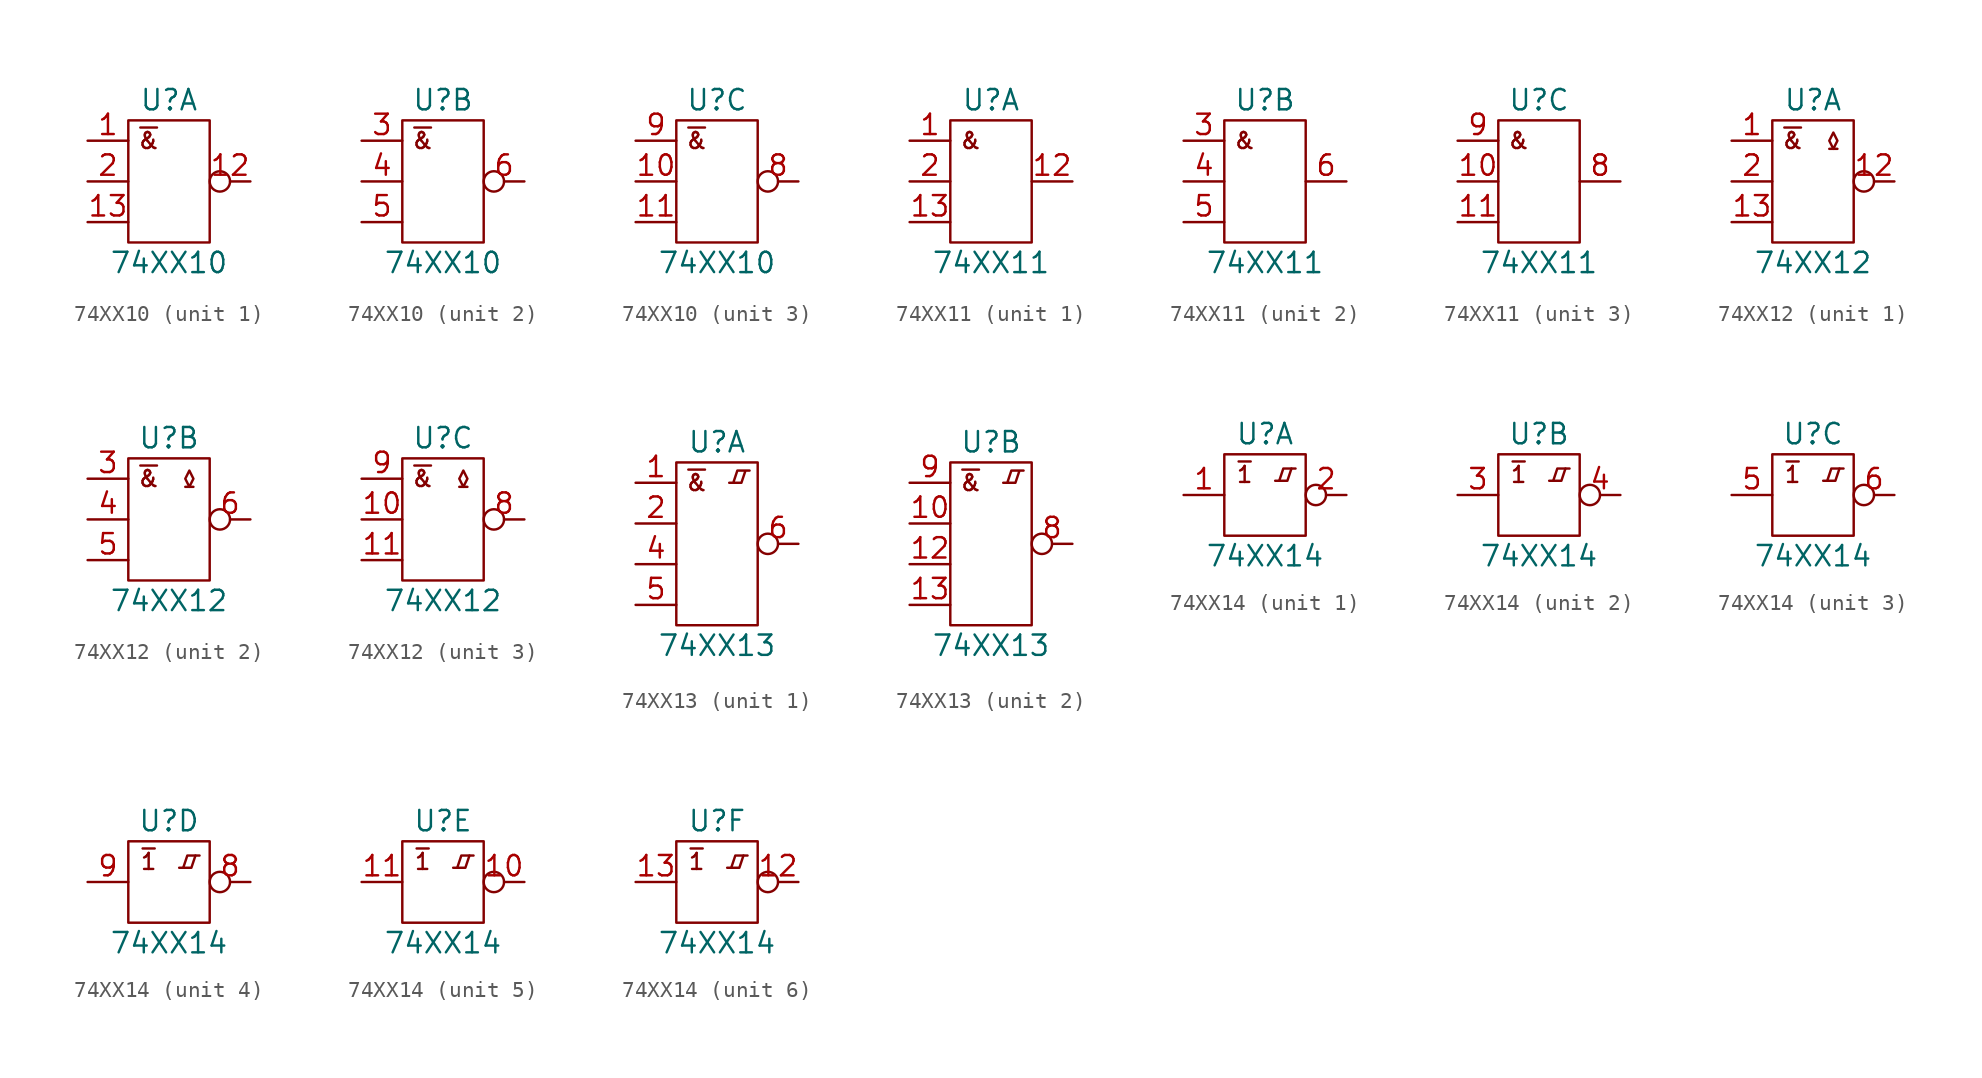
<source format=kicad_sym>
(kicad_symbol_lib
  (version 20211014)
  (generator kicad_symbol_editor)
  (symbol "74XX10"
    (pin_names
      (offset 1.016) hide)
    (property "Reference" "U"
      (at 0 5.08 0)
      (effects (font (size 1.27 1.27))))
    (property "Value" "74XX10"
      (at 0 -5.08 0)
      (effects (font (size 1.27 1.27))))
    (symbol "74XX10_0_0"
      (rectangle (start -2.54 -3.81) (end 2.54 3.81) (stroke (width 0) (type default) (color 0 0 0 0)) (fill (type none)))
      (text "~{&}" (at -1.27 2.54 0) (effects (font (size 1 1)))))
    (symbol "74XX10_0_1"
      (pin power_in line (at 2.54 3.81 180) (length 0) hide (name "VCC" (effects (font (size 1.27 1.27)))) (number "14" (effects (font (size 1.27 1.27)))))
      (pin power_in line (at 2.54 -3.81 180) (length 0) hide (name "GND" (effects (font (size 1.27 1.27)))) (number "7" (effects (font (size 1.27 1.27))))))
    (symbol "74XX10_1_1"
      (pin input line (at -5.08 2.54 0) (length 2.54) (name "A" (effects (font (size 1.27 1.27)))) (number "1" (effects (font (size 1.27 1.27)))))
      (pin output inverted (at 5.08 0 180) (length 2.54) (name "~{Y}" (effects (font (size 1.27 1.27)))) (number "12" (effects (font (size 1.27 1.27)))))
      (pin input line (at -5.08 -2.54 0) (length 2.54) (name "C" (effects (font (size 1.27 1.27)))) (number "13" (effects (font (size 1.27 1.27)))))
      (pin input line (at -5.08 0 0) (length 2.54) (name "B" (effects (font (size 1.27 1.27)))) (number "2" (effects (font (size 1.27 1.27))))))
    (symbol "74XX10_2_1"
      (pin input line (at -5.08 2.54 0) (length 2.54) (name "A" (effects (font (size 1.27 1.27)))) (number "3" (effects (font (size 1.27 1.27)))))
      (pin input line (at -5.08 0 0) (length 2.54) (name "B" (effects (font (size 1.27 1.27)))) (number "4" (effects (font (size 1.27 1.27)))))
      (pin input line (at -5.08 -2.54 0) (length 2.54) (name "C" (effects (font (size 1.27 1.27)))) (number "5" (effects (font (size 1.27 1.27)))))
      (pin output inverted (at 5.08 0 180) (length 2.54) (name "~{Y}" (effects (font (size 1.27 1.27)))) (number "6" (effects (font (size 1.27 1.27))))))
    (symbol "74XX10_3_1"
      (pin input line (at -5.08 0 0) (length 2.54) (name "B" (effects (font (size 1.27 1.27)))) (number "10" (effects (font (size 1.27 1.27)))))
      (pin input line (at -5.08 -2.54 0) (length 2.54) (name "C" (effects (font (size 1.27 1.27)))) (number "11" (effects (font (size 1.27 1.27)))))
      (pin output inverted (at 5.08 0 180) (length 2.54) (name "~{Y}" (effects (font (size 1.27 1.27)))) (number "8" (effects (font (size 1.27 1.27)))))
      (pin input line (at -5.08 2.54 0) (length 2.54) (name "A" (effects (font (size 1.27 1.27)))) (number "9" (effects (font (size 1.27 1.27)))))))
  (symbol "74XX11"
    (pin_names
      (offset 1.016) hide)
    (property "Reference" "U"
      (at 0 5.08 0)
      (effects (font (size 1.27 1.27))))
    (property "Value" "74XX11"
      (at 0 -5.08 0)
      (effects (font (size 1.27 1.27))))
    (symbol "74XX11_0_0"
      (rectangle (start -2.54 -3.81) (end 2.54 3.81) (stroke (width 0) (type default) (color 0 0 0 0)) (fill (type none)))
      (text "&" (at -1.27 2.54 0) (effects (font (size 1 1)))))
    (symbol "74XX11_0_1"
      (pin power_in line (at 2.54 3.81 180) (length 0) hide (name "VCC" (effects (font (size 1.27 1.27)))) (number "14" (effects (font (size 1.27 1.27)))))
      (pin power_in line (at 2.54 -3.81 180) (length 0) hide (name "GND" (effects (font (size 1.27 1.27)))) (number "7" (effects (font (size 1.27 1.27))))))
    (symbol "74XX11_1_1"
      (pin input line (at -5.08 2.54 0) (length 2.54) (name "A" (effects (font (size 1.27 1.27)))) (number "1" (effects (font (size 1.27 1.27)))))
      (pin output line (at 5.08 0 180) (length 2.54) (name "Y" (effects (font (size 1.27 1.27)))) (number "12" (effects (font (size 1.27 1.27)))))
      (pin input line (at -5.08 -2.54 0) (length 2.54) (name "C" (effects (font (size 1.27 1.27)))) (number "13" (effects (font (size 1.27 1.27)))))
      (pin input line (at -5.08 0 0) (length 2.54) (name "B" (effects (font (size 1.27 1.27)))) (number "2" (effects (font (size 1.27 1.27))))))
    (symbol "74XX11_2_1"
      (pin input line (at -5.08 2.54 0) (length 2.54) (name "A" (effects (font (size 1.27 1.27)))) (number "3" (effects (font (size 1.27 1.27)))))
      (pin input line (at -5.08 0 0) (length 2.54) (name "B" (effects (font (size 1.27 1.27)))) (number "4" (effects (font (size 1.27 1.27)))))
      (pin input line (at -5.08 -2.54 0) (length 2.54) (name "C" (effects (font (size 1.27 1.27)))) (number "5" (effects (font (size 1.27 1.27)))))
      (pin output line (at 5.08 0 180) (length 2.54) (name "Y" (effects (font (size 1.27 1.27)))) (number "6" (effects (font (size 1.27 1.27))))))
    (symbol "74XX11_3_1"
      (pin input line (at -5.08 0 0) (length 2.54) (name "B" (effects (font (size 1.27 1.27)))) (number "10" (effects (font (size 1.27 1.27)))))
      (pin input line (at -5.08 -2.54 0) (length 2.54) (name "C" (effects (font (size 1.27 1.27)))) (number "11" (effects (font (size 1.27 1.27)))))
      (pin output line (at 5.08 0 180) (length 2.54) (name "Y" (effects (font (size 1.27 1.27)))) (number "8" (effects (font (size 1.27 1.27)))))
      (pin input line (at -5.08 2.54 0) (length 2.54) (name "A" (effects (font (size 1.27 1.27)))) (number "9" (effects (font (size 1.27 1.27)))))))
  (symbol "74XX12"
    (pin_names
      (offset 1.016) hide)
    (property "Reference" "U"
      (at 0 5.08 0)
      (effects (font (size 1.27 1.27))))
    (property "Value" "74XX12"
      (at 0 -5.08 0)
      (effects (font (size 1.27 1.27))))
    (symbol "74XX12_0_0"
      (rectangle (start -2.54 -3.81) (end 2.54 3.81) (stroke (width 0) (type default) (color 0 0 0 0)) (fill (type none)))
      (text "~{&}" (at -1.27 2.54 0) (effects (font (size 1 1)))))
    (symbol "74XX12_0_1"
      (polyline (pts (xy 1.016 2.032) (xy 1.524 2.032)) (stroke (width 0) (type default) (color 0 0 0 0)) (fill (type none)))
      (polyline (pts (xy 1.016 2.54) (xy 1.27 3.048) (xy 1.524 2.54) (xy 1.27 2.032) (xy 1.016 2.54)) (stroke (width 0) (type default) (color 0 0 0 0)) (fill (type none)))
      (pin power_in line (at 2.54 3.81 180) (length 0) hide (name "VCC" (effects (font (size 1.27 1.27)))) (number "14" (effects (font (size 1.27 1.27)))))
      (pin power_in line (at 2.54 -3.81 180) (length 0) hide (name "GND" (effects (font (size 1.27 1.27)))) (number "7" (effects (font (size 1.27 1.27))))))
    (symbol "74XX12_1_1"
      (pin input line (at -5.08 2.54 0) (length 2.54) (name "A" (effects (font (size 1.27 1.27)))) (number "1" (effects (font (size 1.27 1.27)))))
      (pin open_collector inverted (at 5.08 0 180) (length 2.54) (name "~{Y}" (effects (font (size 1.27 1.27)))) (number "12" (effects (font (size 1.27 1.27)))))
      (pin input line (at -5.08 -2.54 0) (length 2.54) (name "C" (effects (font (size 1.27 1.27)))) (number "13" (effects (font (size 1.27 1.27)))))
      (pin input line (at -5.08 0 0) (length 2.54) (name "B" (effects (font (size 1.27 1.27)))) (number "2" (effects (font (size 1.27 1.27))))))
    (symbol "74XX12_2_1"
      (pin input line (at -5.08 2.54 0) (length 2.54) (name "A" (effects (font (size 1.27 1.27)))) (number "3" (effects (font (size 1.27 1.27)))))
      (pin input line (at -5.08 0 0) (length 2.54) (name "B" (effects (font (size 1.27 1.27)))) (number "4" (effects (font (size 1.27 1.27)))))
      (pin input line (at -5.08 -2.54 0) (length 2.54) (name "C" (effects (font (size 1.27 1.27)))) (number "5" (effects (font (size 1.27 1.27)))))
      (pin open_collector inverted (at 5.08 0 180) (length 2.54) (name "~{Y}" (effects (font (size 1.27 1.27)))) (number "6" (effects (font (size 1.27 1.27))))))
    (symbol "74XX12_3_1"
      (pin input line (at -5.08 0 0) (length 2.54) (name "B" (effects (font (size 1.27 1.27)))) (number "10" (effects (font (size 1.27 1.27)))))
      (pin input line (at -5.08 -2.54 0) (length 2.54) (name "C" (effects (font (size 1.27 1.27)))) (number "11" (effects (font (size 1.27 1.27)))))
      (pin open_collector inverted (at 5.08 0 180) (length 2.54) (name "~{Y}" (effects (font (size 1.27 1.27)))) (number "8" (effects (font (size 1.27 1.27)))))
      (pin input line (at -5.08 2.54 0) (length 2.54) (name "A" (effects (font (size 1.27 1.27)))) (number "9" (effects (font (size 1.27 1.27)))))))
  (symbol "74XX13"
    (pin_names
      (offset 1.016) hide)
    (property "Reference" "U"
      (at 0 6.35 0)
      (effects (font (size 1.27 1.27))))
    (property "Value" "74XX13"
      (at 0 -6.35 0)
      (effects (font (size 1.27 1.27))))
    (symbol "74XX13_0_0"
      (rectangle (start -2.54 -5.08) (end 2.54 5.08) (stroke (width 0) (type default) (color 0 0 0 0)) (fill (type none)))
      (polyline (pts (xy 0.762 3.81) (xy 1.524 3.81) (xy 1.778 4.572) (xy 2.032 4.572) (xy 1.27 4.572) (xy 1.016 3.81)) (stroke (width 0) (type default) (color 0 0 0 0)) (fill (type none)))
      (text "~{&}" (at -1.27 3.81 0) (effects (font (size 1 1)))))
    (symbol "74XX13_0_1"
      (pin power_in line (at 2.54 5.08 180) (length 0) hide (name "VCC" (effects (font (size 1.27 1.27)))) (number "14" (effects (font (size 1.27 1.27)))))
      (pin power_in line (at 2.54 -5.08 180) (length 0) hide (name "GND" (effects (font (size 1.27 1.27)))) (number "7" (effects (font (size 1.27 1.27))))))
    (symbol "74XX13_1_1"
      (pin input line (at -5.08 3.81 0) (length 2.54) (name "A" (effects (font (size 1.27 1.27)))) (number "1" (effects (font (size 1.27 1.27)))))
      (pin input line (at -5.08 1.27 0) (length 2.54) (name "B" (effects (font (size 1.27 1.27)))) (number "2" (effects (font (size 1.27 1.27)))))
      (pin input line (at -5.08 -1.27 0) (length 2.54) (name "C" (effects (font (size 1.27 1.27)))) (number "4" (effects (font (size 1.27 1.27)))))
      (pin input line (at -5.08 -3.81 0) (length 2.54) (name "D" (effects (font (size 1.27 1.27)))) (number "5" (effects (font (size 1.27 1.27)))))
      (pin output inverted (at 5.08 0 180) (length 2.54) (name "~{Y}" (effects (font (size 1.27 1.27)))) (number "6" (effects (font (size 1.27 1.27))))))
    (symbol "74XX13_2_1"
      (pin input line (at -5.08 1.27 0) (length 2.54) (name "B" (effects (font (size 1.27 1.27)))) (number "10" (effects (font (size 1.27 1.27)))))
      (pin input line (at -5.08 -1.27 0) (length 2.54) (name "C" (effects (font (size 1.27 1.27)))) (number "12" (effects (font (size 1.27 1.27)))))
      (pin input line (at -5.08 -3.81 0) (length 2.54) (name "D" (effects (font (size 1.27 1.27)))) (number "13" (effects (font (size 1.27 1.27)))))
      (pin output inverted (at 5.08 0 180) (length 2.54) (name "~{Y}" (effects (font (size 1.27 1.27)))) (number "8" (effects (font (size 1.27 1.27)))))
      (pin input line (at -5.08 3.81 0) (length 2.54) (name "A" (effects (font (size 1.27 1.27)))) (number "9" (effects (font (size 1.27 1.27)))))))
  (symbol "74XX14"
    (pin_names
      (offset 1.016) hide)
    (property "Reference" "U"
      (at 0 3.81 0)
      (effects (font (size 1.27 1.27))))
    (property "Value" "74XX14"
      (at 0 -3.81 0)
      (effects (font (size 1.27 1.27))))
    (symbol "74XX14_0_0"
      (rectangle (start -2.54 -2.54) (end 2.54 2.54) (stroke (width 0) (type default) (color 0 0 0 0)) (fill (type none)))
      (polyline (pts (xy 0.635 0.889) (xy 1.397 0.889) (xy 1.651 1.651)) (stroke (width 0) (type default) (color 0 0 0 0)) (fill (type none)))
      (polyline (pts (xy 0.889 0.889) (xy 1.143 1.651) (xy 1.905 1.651)) (stroke (width 0) (type default) (color 0 0 0 0)) (fill (type none)))
      (text "~{1}" (at -1.27 1.27 0) (effects (font (size 1 1)))))
    (symbol "74XX14_0_1"
      (pin power_in line (at 2.54 2.54 180) (length 0) hide (name "VCC" (effects (font (size 1.27 1.27)))) (number "14" (effects (font (size 1.27 1.27)))))
      (pin power_in line (at 2.54 -2.54 180) (length 0) hide (name "GND" (effects (font (size 1.27 1.27)))) (number "7" (effects (font (size 1.27 1.27))))))
    (symbol "74XX14_1_1"
      (pin input line (at -5.08 0 0) (length 2.54) (name "A" (effects (font (size 1.27 1.27)))) (number "1" (effects (font (size 1.27 1.27)))))
      (pin output inverted (at 5.08 0 180) (length 2.54) (name "~{Y}" (effects (font (size 1.27 1.27)))) (number "2" (effects (font (size 1.27 1.27))))))
    (symbol "74XX14_2_1"
      (pin input line (at -5.08 0 0) (length 2.54) (name "A" (effects (font (size 1.27 1.27)))) (number "3" (effects (font (size 1.27 1.27)))))
      (pin output inverted (at 5.08 0 180) (length 2.54) (name "~{Y}" (effects (font (size 1.27 1.27)))) (number "4" (effects (font (size 1.27 1.27))))))
    (symbol "74XX14_3_1"
      (pin input line (at -5.08 0 0) (length 2.54) (name "A" (effects (font (size 1.27 1.27)))) (number "5" (effects (font (size 1.27 1.27)))))
      (pin output inverted (at 5.08 0 180) (length 2.54) (name "~{Y}" (effects (font (size 1.27 1.27)))) (number "6" (effects (font (size 1.27 1.27))))))
    (symbol "74XX14_4_1"
      (pin output inverted (at 5.08 0 180) (length 2.54) (name "~{Y}" (effects (font (size 1.27 1.27)))) (number "8" (effects (font (size 1.27 1.27)))))
      (pin input line (at -5.08 0 0) (length 2.54) (name "A" (effects (font (size 1.27 1.27)))) (number "9" (effects (font (size 1.27 1.27))))))
    (symbol "74XX14_5_1"
      (pin output inverted (at 5.08 0 180) (length 2.54) (name "~{Y}" (effects (font (size 1.27 1.27)))) (number "10" (effects (font (size 1.27 1.27)))))
      (pin input line (at -5.08 0 0) (length 2.54) (name "A" (effects (font (size 1.27 1.27)))) (number "11" (effects (font (size 1.27 1.27))))))
    (symbol "74XX14_6_1"
      (pin output inverted (at 5.08 0 180) (length 2.54) (name "~{Y}" (effects (font (size 1.27 1.27)))) (number "12" (effects (font (size 1.27 1.27)))))
      (pin input line (at -5.08 0 0) (length 2.54) (name "A" (effects (font (size 1.27 1.27)))) (number "13" (effects (font (size 1.27 1.27))))))))
</source>
